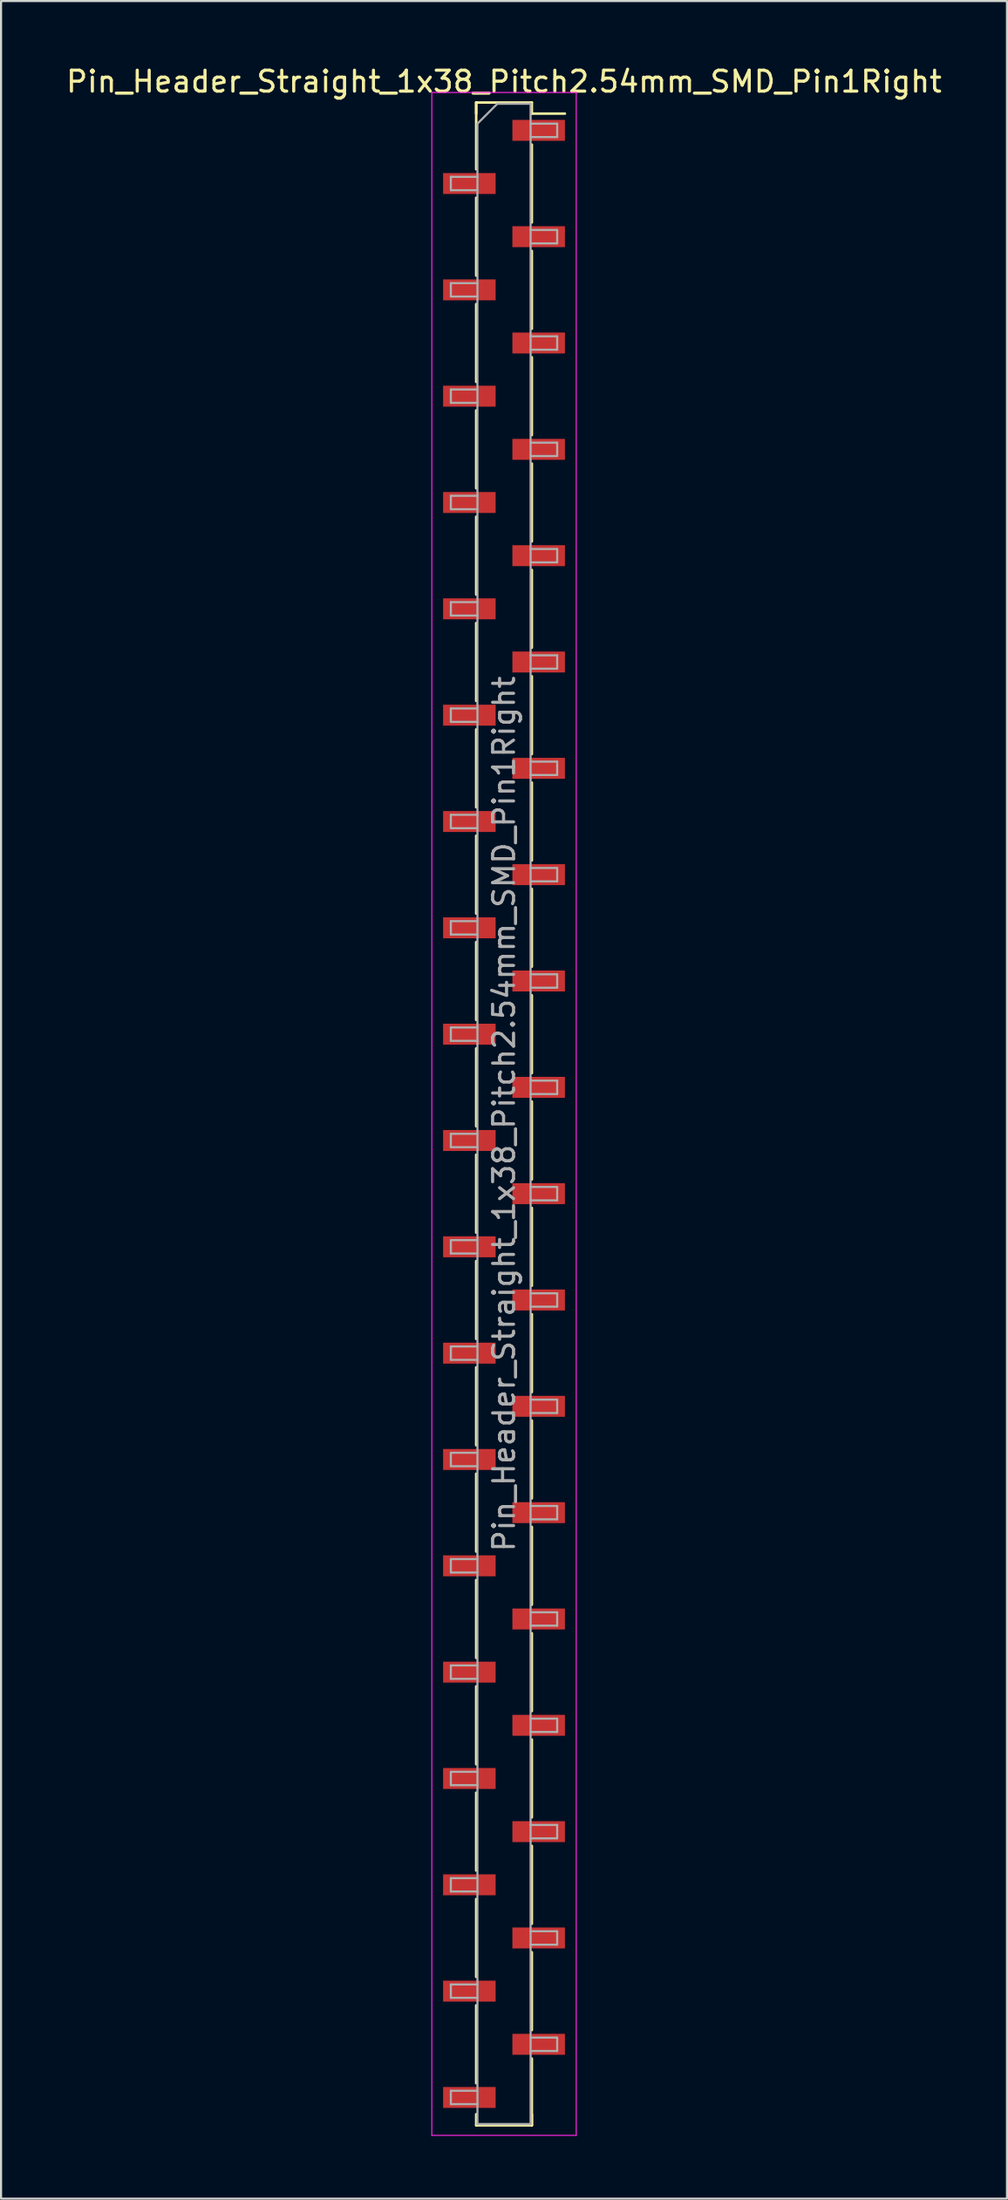
<source format=kicad_pcb>
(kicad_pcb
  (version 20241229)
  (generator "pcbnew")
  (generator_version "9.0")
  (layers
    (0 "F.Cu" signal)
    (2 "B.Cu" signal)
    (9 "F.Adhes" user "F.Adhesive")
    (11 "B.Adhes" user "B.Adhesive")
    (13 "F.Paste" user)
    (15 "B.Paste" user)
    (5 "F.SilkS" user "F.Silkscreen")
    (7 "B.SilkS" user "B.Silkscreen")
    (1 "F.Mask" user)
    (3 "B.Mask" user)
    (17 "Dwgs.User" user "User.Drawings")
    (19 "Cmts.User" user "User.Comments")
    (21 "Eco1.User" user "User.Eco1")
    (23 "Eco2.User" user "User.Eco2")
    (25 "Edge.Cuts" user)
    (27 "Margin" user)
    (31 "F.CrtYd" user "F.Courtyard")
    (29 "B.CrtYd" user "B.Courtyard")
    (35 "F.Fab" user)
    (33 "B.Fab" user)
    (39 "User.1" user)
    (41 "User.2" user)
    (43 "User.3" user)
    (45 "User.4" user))
  (footprint "Pin_Header_Straight_1x38_Pitch2.54mm_SMD_Pin1Right"
    (layer "F.Cu")
    (at 21.03 50.168)
    (property "Reference" "Pin_Header_Straight_1x38_Pitch2.54mm_SMD_Pin1Right" (at 0 -49.32 0) (layer "F.SilkS") (effects (font (size 1 1) (thickness 0.15))))
    (attr smd)
    (fp_line (start -1.33 -48.32) (end -1.33 -45.13) (stroke (width 0.12) (type solid)) (layer "F.SilkS"))
    (fp_line (start -1.33 -48.32) (end 1.33 -48.32) (stroke (width 0.12) (type solid)) (layer "F.SilkS"))
    (fp_line (start -1.33 -47.79) (end -1.33 -48.32) (stroke (width 0.12) (type solid)) (layer "F.SilkS"))
    (fp_line (start -1.33 -43.77) (end -1.33 -40.05) (stroke (width 0.12) (type solid)) (layer "F.SilkS"))
    (fp_line (start -1.33 -38.69) (end -1.33 -34.97) (stroke (width 0.12) (type solid)) (layer "F.SilkS"))
    (fp_line (start -1.33 -33.61) (end -1.33 -29.89) (stroke (width 0.12) (type solid)) (layer "F.SilkS"))
    (fp_line (start -1.33 -28.53) (end -1.33 -24.81) (stroke (width 0.12) (type solid)) (layer "F.SilkS"))
    (fp_line (start -1.33 -23.45) (end -1.33 -19.73) (stroke (width 0.12) (type solid)) (layer "F.SilkS"))
    (fp_line (start -1.33 -18.37) (end -1.33 -14.65) (stroke (width 0.12) (type solid)) (layer "F.SilkS"))
    (fp_line (start -1.33 -13.29) (end -1.33 -9.57) (stroke (width 0.12) (type solid)) (layer "F.SilkS"))
    (fp_line (start -1.33 -8.21) (end -1.33 -4.49) (stroke (width 0.12) (type solid)) (layer "F.SilkS"))
    (fp_line (start -1.33 -3.13) (end -1.33 0.59) (stroke (width 0.12) (type solid)) (layer "F.SilkS"))
    (fp_line (start -1.33 1.95) (end -1.33 5.67) (stroke (width 0.12) (type solid)) (layer "F.SilkS"))
    (fp_line (start -1.33 7.03) (end -1.33 10.75) (stroke (width 0.12) (type solid)) (layer "F.SilkS"))
    (fp_line (start -1.33 12.11) (end -1.33 15.83) (stroke (width 0.12) (type solid)) (layer "F.SilkS"))
    (fp_line (start -1.33 17.19) (end -1.33 20.91) (stroke (width 0.12) (type solid)) (layer "F.SilkS"))
    (fp_line (start -1.33 22.27) (end -1.33 25.99) (stroke (width 0.12) (type solid)) (layer "F.SilkS"))
    (fp_line (start -1.33 27.35) (end -1.33 31.07) (stroke (width 0.12) (type solid)) (layer "F.SilkS"))
    (fp_line (start -1.33 32.43) (end -1.33 36.15) (stroke (width 0.12) (type solid)) (layer "F.SilkS"))
    (fp_line (start -1.33 37.51) (end -1.33 41.23) (stroke (width 0.12) (type solid)) (layer "F.SilkS"))
    (fp_line (start -1.33 42.59) (end -1.33 46.31) (stroke (width 0.12) (type solid)) (layer "F.SilkS"))
    (fp_line (start -1.33 47.79) (end -1.33 48.32) (stroke (width 0.12) (type solid)) (layer "F.SilkS"))
    (fp_line (start -1.33 48.32) (end 1.33 48.32) (stroke (width 0.12) (type solid)) (layer "F.SilkS"))
    (fp_line (start 1.33 -48.32) (end 1.33 -47.79) (stroke (width 0.12) (type solid)) (layer "F.SilkS"))
    (fp_line (start 1.33 -47.79) (end 2.91 -47.79) (stroke (width 0.12) (type solid)) (layer "F.SilkS"))
    (fp_line (start 1.33 -46.31) (end 1.33 -42.59) (stroke (width 0.12) (type solid)) (layer "F.SilkS"))
    (fp_line (start 1.33 -41.23) (end 1.33 -37.51) (stroke (width 0.12) (type solid)) (layer "F.SilkS"))
    (fp_line (start 1.33 -36.15) (end 1.33 -32.43) (stroke (width 0.12) (type solid)) (layer "F.SilkS"))
    (fp_line (start 1.33 -31.07) (end 1.33 -27.35) (stroke (width 0.12) (type solid)) (layer "F.SilkS"))
    (fp_line (start 1.33 -25.99) (end 1.33 -22.27) (stroke (width 0.12) (type solid)) (layer "F.SilkS"))
    (fp_line (start 1.33 -20.91) (end 1.33 -17.19) (stroke (width 0.12) (type solid)) (layer "F.SilkS"))
    (fp_line (start 1.33 -15.83) (end 1.33 -12.11) (stroke (width 0.12) (type solid)) (layer "F.SilkS"))
    (fp_line (start 1.33 -10.75) (end 1.33 -7.03) (stroke (width 0.12) (type solid)) (layer "F.SilkS"))
    (fp_line (start 1.33 -5.67) (end 1.33 -1.95) (stroke (width 0.12) (type solid)) (layer "F.SilkS"))
    (fp_line (start 1.33 -0.59) (end 1.33 3.13) (stroke (width 0.12) (type solid)) (layer "F.SilkS"))
    (fp_line (start 1.33 4.49) (end 1.33 8.21) (stroke (width 0.12) (type solid)) (layer "F.SilkS"))
    (fp_line (start 1.33 9.57) (end 1.33 13.29) (stroke (width 0.12) (type solid)) (layer "F.SilkS"))
    (fp_line (start 1.33 14.65) (end 1.33 18.37) (stroke (width 0.12) (type solid)) (layer "F.SilkS"))
    (fp_line (start 1.33 19.73) (end 1.33 23.45) (stroke (width 0.12) (type solid)) (layer "F.SilkS"))
    (fp_line (start 1.33 24.81) (end 1.33 28.53) (stroke (width 0.12) (type solid)) (layer "F.SilkS"))
    (fp_line (start 1.33 29.89) (end 1.33 33.61) (stroke (width 0.12) (type solid)) (layer "F.SilkS"))
    (fp_line (start 1.33 34.97) (end 1.33 38.69) (stroke (width 0.12) (type solid)) (layer "F.SilkS"))
    (fp_line (start 1.33 40.05) (end 1.33 43.77) (stroke (width 0.12) (type solid)) (layer "F.SilkS"))
    (fp_line (start 1.33 45.13) (end 1.33 48.32) (stroke (width 0.12) (type solid)) (layer "F.SilkS"))
    (fp_line (start 1.33 48.32) (end 1.33 47.79) (stroke (width 0.12) (type solid)) (layer "F.SilkS"))
    (fp_line (start -3.45 -48.8) (end -3.45 48.8) (stroke (width 0.05) (type solid)) (layer "F.CrtYd"))
    (fp_line (start -3.45 48.8) (end 3.45 48.8) (stroke (width 0.05) (type solid)) (layer "F.CrtYd"))
    (fp_line (start 3.45 -48.8) (end -3.45 -48.8) (stroke (width 0.05) (type solid)) (layer "F.CrtYd"))
    (fp_line (start 3.45 48.8) (end 3.45 -48.8) (stroke (width 0.05) (type solid)) (layer "F.CrtYd"))
    (fp_line (start -2.54 -44.77) (end -2.54 -44.13) (stroke (width 0.1) (type solid)) (layer "F.Fab"))
    (fp_line (start -2.54 -44.13) (end -1.27 -44.13) (stroke (width 0.1) (type solid)) (layer "F.Fab"))
    (fp_line (start -2.54 -39.69) (end -2.54 -39.05) (stroke (width 0.1) (type solid)) (layer "F.Fab"))
    (fp_line (start -2.54 -39.05) (end -1.27 -39.05) (stroke (width 0.1) (type solid)) (layer "F.Fab"))
    (fp_line (start -2.54 -34.61) (end -2.54 -33.97) (stroke (width 0.1) (type solid)) (layer "F.Fab"))
    (fp_line (start -2.54 -33.97) (end -1.27 -33.97) (stroke (width 0.1) (type solid)) (layer "F.Fab"))
    (fp_line (start -2.54 -29.53) (end -2.54 -28.89) (stroke (width 0.1) (type solid)) (layer "F.Fab"))
    (fp_line (start -2.54 -28.89) (end -1.27 -28.89) (stroke (width 0.1) (type solid)) (layer "F.Fab"))
    (fp_line (start -2.54 -24.45) (end -2.54 -23.81) (stroke (width 0.1) (type solid)) (layer "F.Fab"))
    (fp_line (start -2.54 -23.81) (end -1.27 -23.81) (stroke (width 0.1) (type solid)) (layer "F.Fab"))
    (fp_line (start -2.54 -19.37) (end -2.54 -18.73) (stroke (width 0.1) (type solid)) (layer "F.Fab"))
    (fp_line (start -2.54 -18.73) (end -1.27 -18.73) (stroke (width 0.1) (type solid)) (layer "F.Fab"))
    (fp_line (start -2.54 -14.29) (end -2.54 -13.65) (stroke (width 0.1) (type solid)) (layer "F.Fab"))
    (fp_line (start -2.54 -13.65) (end -1.27 -13.65) (stroke (width 0.1) (type solid)) (layer "F.Fab"))
    (fp_line (start -2.54 -9.21) (end -2.54 -8.57) (stroke (width 0.1) (type solid)) (layer "F.Fab"))
    (fp_line (start -2.54 -8.57) (end -1.27 -8.57) (stroke (width 0.1) (type solid)) (layer "F.Fab"))
    (fp_line (start -2.54 -4.13) (end -2.54 -3.49) (stroke (width 0.1) (type solid)) (layer "F.Fab"))
    (fp_line (start -2.54 -3.49) (end -1.27 -3.49) (stroke (width 0.1) (type solid)) (layer "F.Fab"))
    (fp_line (start -2.54 0.95) (end -2.54 1.59) (stroke (width 0.1) (type solid)) (layer "F.Fab"))
    (fp_line (start -2.54 1.59) (end -1.27 1.59) (stroke (width 0.1) (type solid)) (layer "F.Fab"))
    (fp_line (start -2.54 6.03) (end -2.54 6.67) (stroke (width 0.1) (type solid)) (layer "F.Fab"))
    (fp_line (start -2.54 6.67) (end -1.27 6.67) (stroke (width 0.1) (type solid)) (layer "F.Fab"))
    (fp_line (start -2.54 11.11) (end -2.54 11.75) (stroke (width 0.1) (type solid)) (layer "F.Fab"))
    (fp_line (start -2.54 11.75) (end -1.27 11.75) (stroke (width 0.1) (type solid)) (layer "F.Fab"))
    (fp_line (start -2.54 16.19) (end -2.54 16.83) (stroke (width 0.1) (type solid)) (layer "F.Fab"))
    (fp_line (start -2.54 16.83) (end -1.27 16.83) (stroke (width 0.1) (type solid)) (layer "F.Fab"))
    (fp_line (start -2.54 21.27) (end -2.54 21.91) (stroke (width 0.1) (type solid)) (layer "F.Fab"))
    (fp_line (start -2.54 21.91) (end -1.27 21.91) (stroke (width 0.1) (type solid)) (layer "F.Fab"))
    (fp_line (start -2.54 26.35) (end -2.54 26.99) (stroke (width 0.1) (type solid)) (layer "F.Fab"))
    (fp_line (start -2.54 26.99) (end -1.27 26.99) (stroke (width 0.1) (type solid)) (layer "F.Fab"))
    (fp_line (start -2.54 31.43) (end -2.54 32.07) (stroke (width 0.1) (type solid)) (layer "F.Fab"))
    (fp_line (start -2.54 32.07) (end -1.27 32.07) (stroke (width 0.1) (type solid)) (layer "F.Fab"))
    (fp_line (start -2.54 36.51) (end -2.54 37.15) (stroke (width 0.1) (type solid)) (layer "F.Fab"))
    (fp_line (start -2.54 37.15) (end -1.27 37.15) (stroke (width 0.1) (type solid)) (layer "F.Fab"))
    (fp_line (start -2.54 41.59) (end -2.54 42.23) (stroke (width 0.1) (type solid)) (layer "F.Fab"))
    (fp_line (start -2.54 42.23) (end -1.27 42.23) (stroke (width 0.1) (type solid)) (layer "F.Fab"))
    (fp_line (start -2.54 46.67) (end -2.54 47.31) (stroke (width 0.1) (type solid)) (layer "F.Fab"))
    (fp_line (start -2.54 47.31) (end -1.27 47.31) (stroke (width 0.1) (type solid)) (layer "F.Fab"))
    (fp_line (start -1.27 -47.31) (end -0.32 -48.26) (stroke (width 0.1) (type solid)) (layer "F.Fab"))
    (fp_line (start -1.27 -44.77) (end -2.54 -44.77) (stroke (width 0.1) (type solid)) (layer "F.Fab"))
    (fp_line (start -1.27 -39.69) (end -2.54 -39.69) (stroke (width 0.1) (type solid)) (layer "F.Fab"))
    (fp_line (start -1.27 -34.61) (end -2.54 -34.61) (stroke (width 0.1) (type solid)) (layer "F.Fab"))
    (fp_line (start -1.27 -29.53) (end -2.54 -29.53) (stroke (width 0.1) (type solid)) (layer "F.Fab"))
    (fp_line (start -1.27 -24.45) (end -2.54 -24.45) (stroke (width 0.1) (type solid)) (layer "F.Fab"))
    (fp_line (start -1.27 -19.37) (end -2.54 -19.37) (stroke (width 0.1) (type solid)) (layer "F.Fab"))
    (fp_line (start -1.27 -14.29) (end -2.54 -14.29) (stroke (width 0.1) (type solid)) (layer "F.Fab"))
    (fp_line (start -1.27 -9.21) (end -2.54 -9.21) (stroke (width 0.1) (type solid)) (layer "F.Fab"))
    (fp_line (start -1.27 -4.13) (end -2.54 -4.13) (stroke (width 0.1) (type solid)) (layer "F.Fab"))
    (fp_line (start -1.27 0.95) (end -2.54 0.95) (stroke (width 0.1) (type solid)) (layer "F.Fab"))
    (fp_line (start -1.27 6.03) (end -2.54 6.03) (stroke (width 0.1) (type solid)) (layer "F.Fab"))
    (fp_line (start -1.27 11.11) (end -2.54 11.11) (stroke (width 0.1) (type solid)) (layer "F.Fab"))
    (fp_line (start -1.27 16.19) (end -2.54 16.19) (stroke (width 0.1) (type solid)) (layer "F.Fab"))
    (fp_line (start -1.27 21.27) (end -2.54 21.27) (stroke (width 0.1) (type solid)) (layer "F.Fab"))
    (fp_line (start -1.27 26.35) (end -2.54 26.35) (stroke (width 0.1) (type solid)) (layer "F.Fab"))
    (fp_line (start -1.27 31.43) (end -2.54 31.43) (stroke (width 0.1) (type solid)) (layer "F.Fab"))
    (fp_line (start -1.27 36.51) (end -2.54 36.51) (stroke (width 0.1) (type solid)) (layer "F.Fab"))
    (fp_line (start -1.27 41.59) (end -2.54 41.59) (stroke (width 0.1) (type solid)) (layer "F.Fab"))
    (fp_line (start -1.27 46.67) (end -2.54 46.67) (stroke (width 0.1) (type solid)) (layer "F.Fab"))
    (fp_line (start -1.27 48.26) (end -1.27 -47.31) (stroke (width 0.1) (type solid)) (layer "F.Fab"))
    (fp_line (start -0.32 -48.26) (end 1.27 -48.26) (stroke (width 0.1) (type solid)) (layer "F.Fab"))
    (fp_line (start 1.27 -48.26) (end 1.27 48.26) (stroke (width 0.1) (type solid)) (layer "F.Fab"))
    (fp_line (start 1.27 -47.31) (end 2.54 -47.31) (stroke (width 0.1) (type solid)) (layer "F.Fab"))
    (fp_line (start 1.27 -42.23) (end 2.54 -42.23) (stroke (width 0.1) (type solid)) (layer "F.Fab"))
    (fp_line (start 1.27 -37.15) (end 2.54 -37.15) (stroke (width 0.1) (type solid)) (layer "F.Fab"))
    (fp_line (start 1.27 -32.07) (end 2.54 -32.07) (stroke (width 0.1) (type solid)) (layer "F.Fab"))
    (fp_line (start 1.27 -26.99) (end 2.54 -26.99) (stroke (width 0.1) (type solid)) (layer "F.Fab"))
    (fp_line (start 1.27 -21.91) (end 2.54 -21.91) (stroke (width 0.1) (type solid)) (layer "F.Fab"))
    (fp_line (start 1.27 -16.83) (end 2.54 -16.83) (stroke (width 0.1) (type solid)) (layer "F.Fab"))
    (fp_line (start 1.27 -11.75) (end 2.54 -11.75) (stroke (width 0.1) (type solid)) (layer "F.Fab"))
    (fp_line (start 1.27 -6.67) (end 2.54 -6.67) (stroke (width 0.1) (type solid)) (layer "F.Fab"))
    (fp_line (start 1.27 -1.59) (end 2.54 -1.59) (stroke (width 0.1) (type solid)) (layer "F.Fab"))
    (fp_line (start 1.27 3.49) (end 2.54 3.49) (stroke (width 0.1) (type solid)) (layer "F.Fab"))
    (fp_line (start 1.27 8.57) (end 2.54 8.57) (stroke (width 0.1) (type solid)) (layer "F.Fab"))
    (fp_line (start 1.27 13.65) (end 2.54 13.65) (stroke (width 0.1) (type solid)) (layer "F.Fab"))
    (fp_line (start 1.27 18.73) (end 2.54 18.73) (stroke (width 0.1) (type solid)) (layer "F.Fab"))
    (fp_line (start 1.27 23.81) (end 2.54 23.81) (stroke (width 0.1) (type solid)) (layer "F.Fab"))
    (fp_line (start 1.27 28.89) (end 2.54 28.89) (stroke (width 0.1) (type solid)) (layer "F.Fab"))
    (fp_line (start 1.27 33.97) (end 2.54 33.97) (stroke (width 0.1) (type solid)) (layer "F.Fab"))
    (fp_line (start 1.27 39.05) (end 2.54 39.05) (stroke (width 0.1) (type solid)) (layer "F.Fab"))
    (fp_line (start 1.27 44.13) (end 2.54 44.13) (stroke (width 0.1) (type solid)) (layer "F.Fab"))
    (fp_line (start 1.27 48.26) (end -1.27 48.26) (stroke (width 0.1) (type solid)) (layer "F.Fab"))
    (fp_line (start 2.54 -47.31) (end 2.54 -46.67) (stroke (width 0.1) (type solid)) (layer "F.Fab"))
    (fp_line (start 2.54 -46.67) (end 1.27 -46.67) (stroke (width 0.1) (type solid)) (layer "F.Fab"))
    (fp_line (start 2.54 -42.23) (end 2.54 -41.59) (stroke (width 0.1) (type solid)) (layer "F.Fab"))
    (fp_line (start 2.54 -41.59) (end 1.27 -41.59) (stroke (width 0.1) (type solid)) (layer "F.Fab"))
    (fp_line (start 2.54 -37.15) (end 2.54 -36.51) (stroke (width 0.1) (type solid)) (layer "F.Fab"))
    (fp_line (start 2.54 -36.51) (end 1.27 -36.51) (stroke (width 0.1) (type solid)) (layer "F.Fab"))
    (fp_line (start 2.54 -32.07) (end 2.54 -31.43) (stroke (width 0.1) (type solid)) (layer "F.Fab"))
    (fp_line (start 2.54 -31.43) (end 1.27 -31.43) (stroke (width 0.1) (type solid)) (layer "F.Fab"))
    (fp_line (start 2.54 -26.99) (end 2.54 -26.35) (stroke (width 0.1) (type solid)) (layer "F.Fab"))
    (fp_line (start 2.54 -26.35) (end 1.27 -26.35) (stroke (width 0.1) (type solid)) (layer "F.Fab"))
    (fp_line (start 2.54 -21.91) (end 2.54 -21.27) (stroke (width 0.1) (type solid)) (layer "F.Fab"))
    (fp_line (start 2.54 -21.27) (end 1.27 -21.27) (stroke (width 0.1) (type solid)) (layer "F.Fab"))
    (fp_line (start 2.54 -16.83) (end 2.54 -16.19) (stroke (width 0.1) (type solid)) (layer "F.Fab"))
    (fp_line (start 2.54 -16.19) (end 1.27 -16.19) (stroke (width 0.1) (type solid)) (layer "F.Fab"))
    (fp_line (start 2.54 -11.75) (end 2.54 -11.11) (stroke (width 0.1) (type solid)) (layer "F.Fab"))
    (fp_line (start 2.54 -11.11) (end 1.27 -11.11) (stroke (width 0.1) (type solid)) (layer "F.Fab"))
    (fp_line (start 2.54 -6.67) (end 2.54 -6.03) (stroke (width 0.1) (type solid)) (layer "F.Fab"))
    (fp_line (start 2.54 -6.03) (end 1.27 -6.03) (stroke (width 0.1) (type solid)) (layer "F.Fab"))
    (fp_line (start 2.54 -1.59) (end 2.54 -0.95) (stroke (width 0.1) (type solid)) (layer "F.Fab"))
    (fp_line (start 2.54 -0.95) (end 1.27 -0.95) (stroke (width 0.1) (type solid)) (layer "F.Fab"))
    (fp_line (start 2.54 3.49) (end 2.54 4.13) (stroke (width 0.1) (type solid)) (layer "F.Fab"))
    (fp_line (start 2.54 4.13) (end 1.27 4.13) (stroke (width 0.1) (type solid)) (layer "F.Fab"))
    (fp_line (start 2.54 8.57) (end 2.54 9.21) (stroke (width 0.1) (type solid)) (layer "F.Fab"))
    (fp_line (start 2.54 9.21) (end 1.27 9.21) (stroke (width 0.1) (type solid)) (layer "F.Fab"))
    (fp_line (start 2.54 13.65) (end 2.54 14.29) (stroke (width 0.1) (type solid)) (layer "F.Fab"))
    (fp_line (start 2.54 14.29) (end 1.27 14.29) (stroke (width 0.1) (type solid)) (layer "F.Fab"))
    (fp_line (start 2.54 18.73) (end 2.54 19.37) (stroke (width 0.1) (type solid)) (layer "F.Fab"))
    (fp_line (start 2.54 19.37) (end 1.27 19.37) (stroke (width 0.1) (type solid)) (layer "F.Fab"))
    (fp_line (start 2.54 23.81) (end 2.54 24.45) (stroke (width 0.1) (type solid)) (layer "F.Fab"))
    (fp_line (start 2.54 24.45) (end 1.27 24.45) (stroke (width 0.1) (type solid)) (layer "F.Fab"))
    (fp_line (start 2.54 28.89) (end 2.54 29.53) (stroke (width 0.1) (type solid)) (layer "F.Fab"))
    (fp_line (start 2.54 29.53) (end 1.27 29.53) (stroke (width 0.1) (type solid)) (layer "F.Fab"))
    (fp_line (start 2.54 33.97) (end 2.54 34.61) (stroke (width 0.1) (type solid)) (layer "F.Fab"))
    (fp_line (start 2.54 34.61) (end 1.27 34.61) (stroke (width 0.1) (type solid)) (layer "F.Fab"))
    (fp_line (start 2.54 39.05) (end 2.54 39.69) (stroke (width 0.1) (type solid)) (layer "F.Fab"))
    (fp_line (start 2.54 39.69) (end 1.27 39.69) (stroke (width 0.1) (type solid)) (layer "F.Fab"))
    (fp_line (start 2.54 44.13) (end 2.54 44.77) (stroke (width 0.1) (type solid)) (layer "F.Fab"))
    (fp_line (start 2.54 44.77) (end 1.27 44.77) (stroke (width 0.1) (type solid)) (layer "F.Fab"))
    (fp_text user "${REFERENCE}" (at 0 0 90) (layer "F.Fab") (effects (font (size 1 1) (thickness 0.15))))
    (pad "1" smd rect (at 1.655 -46.99) (size 2.51 1) (layers "F.Cu" "F.Mask" "F.Paste"))
    (pad "2" smd rect (at -1.655 -44.45) (size 2.51 1) (layers "F.Cu" "F.Mask" "F.Paste"))
    (pad "3" smd rect (at 1.655 -41.91) (size 2.51 1) (layers "F.Cu" "F.Mask" "F.Paste"))
    (pad "4" smd rect (at -1.655 -39.37) (size 2.51 1) (layers "F.Cu" "F.Mask" "F.Paste"))
    (pad "5" smd rect (at 1.655 -36.83) (size 2.51 1) (layers "F.Cu" "F.Mask" "F.Paste"))
    (pad "6" smd rect (at -1.655 -34.29) (size 2.51 1) (layers "F.Cu" "F.Mask" "F.Paste"))
    (pad "7" smd rect (at 1.655 -31.75) (size 2.51 1) (layers "F.Cu" "F.Mask" "F.Paste"))
    (pad "8" smd rect (at -1.655 -29.21) (size 2.51 1) (layers "F.Cu" "F.Mask" "F.Paste"))
    (pad "9" smd rect (at 1.655 -26.67) (size 2.51 1) (layers "F.Cu" "F.Mask" "F.Paste"))
    (pad "10" smd rect (at -1.655 -24.13) (size 2.51 1) (layers "F.Cu" "F.Mask" "F.Paste"))
    (pad "11" smd rect (at 1.655 -21.59) (size 2.51 1) (layers "F.Cu" "F.Mask" "F.Paste"))
    (pad "12" smd rect (at -1.655 -19.05) (size 2.51 1) (layers "F.Cu" "F.Mask" "F.Paste"))
    (pad "13" smd rect (at 1.655 -16.51) (size 2.51 1) (layers "F.Cu" "F.Mask" "F.Paste"))
    (pad "14" smd rect (at -1.655 -13.97) (size 2.51 1) (layers "F.Cu" "F.Mask" "F.Paste"))
    (pad "15" smd rect (at 1.655 -11.43) (size 2.51 1) (layers "F.Cu" "F.Mask" "F.Paste"))
    (pad "16" smd rect (at -1.655 -8.89) (size 2.51 1) (layers "F.Cu" "F.Mask" "F.Paste"))
    (pad "17" smd rect (at 1.655 -6.35) (size 2.51 1) (layers "F.Cu" "F.Mask" "F.Paste"))
    (pad "18" smd rect (at -1.655 -3.81) (size 2.51 1) (layers "F.Cu" "F.Mask" "F.Paste"))
    (pad "19" smd rect (at 1.655 -1.27) (size 2.51 1) (layers "F.Cu" "F.Mask" "F.Paste"))
    (pad "20" smd rect (at -1.655 1.27) (size 2.51 1) (layers "F.Cu" "F.Mask" "F.Paste"))
    (pad "21" smd rect (at 1.655 3.81) (size 2.51 1) (layers "F.Cu" "F.Mask" "F.Paste"))
    (pad "22" smd rect (at -1.655 6.35) (size 2.51 1) (layers "F.Cu" "F.Mask" "F.Paste"))
    (pad "23" smd rect (at 1.655 8.89) (size 2.51 1) (layers "F.Cu" "F.Mask" "F.Paste"))
    (pad "24" smd rect (at -1.655 11.43) (size 2.51 1) (layers "F.Cu" "F.Mask" "F.Paste"))
    (pad "25" smd rect (at 1.655 13.97) (size 2.51 1) (layers "F.Cu" "F.Mask" "F.Paste"))
    (pad "26" smd rect (at -1.655 16.51) (size 2.51 1) (layers "F.Cu" "F.Mask" "F.Paste"))
    (pad "27" smd rect (at 1.655 19.05) (size 2.51 1) (layers "F.Cu" "F.Mask" "F.Paste"))
    (pad "28" smd rect (at -1.655 21.59) (size 2.51 1) (layers "F.Cu" "F.Mask" "F.Paste"))
    (pad "29" smd rect (at 1.655 24.13) (size 2.51 1) (layers "F.Cu" "F.Mask" "F.Paste"))
    (pad "30" smd rect (at -1.655 26.67) (size 2.51 1) (layers "F.Cu" "F.Mask" "F.Paste"))
    (pad "31" smd rect (at 1.655 29.21) (size 2.51 1) (layers "F.Cu" "F.Mask" "F.Paste"))
    (pad "32" smd rect (at -1.655 31.75) (size 2.51 1) (layers "F.Cu" "F.Mask" "F.Paste"))
    (pad "33" smd rect (at 1.655 34.29) (size 2.51 1) (layers "F.Cu" "F.Mask" "F.Paste"))
    (pad "34" smd rect (at -1.655 36.83) (size 2.51 1) (layers "F.Cu" "F.Mask" "F.Paste"))
    (pad "35" smd rect (at 1.655 39.37) (size 2.51 1) (layers "F.Cu" "F.Mask" "F.Paste"))
    (pad "36" smd rect (at -1.655 41.91) (size 2.51 1) (layers "F.Cu" "F.Mask" "F.Paste"))
    (pad "37" smd rect (at 1.655 44.45) (size 2.51 1) (layers "F.Cu" "F.Mask" "F.Paste"))
    (pad "38" smd rect (at -1.655 46.99) (size 2.51 1) (layers "F.Cu" "F.Mask" "F.Paste")))
  (gr_rect
    (start -3 -3)
    (end 45.06 101.993)
    (stroke (width 0.1) (type default))
    (fill no)
    (layer "Edge.Cuts")))
</source>
